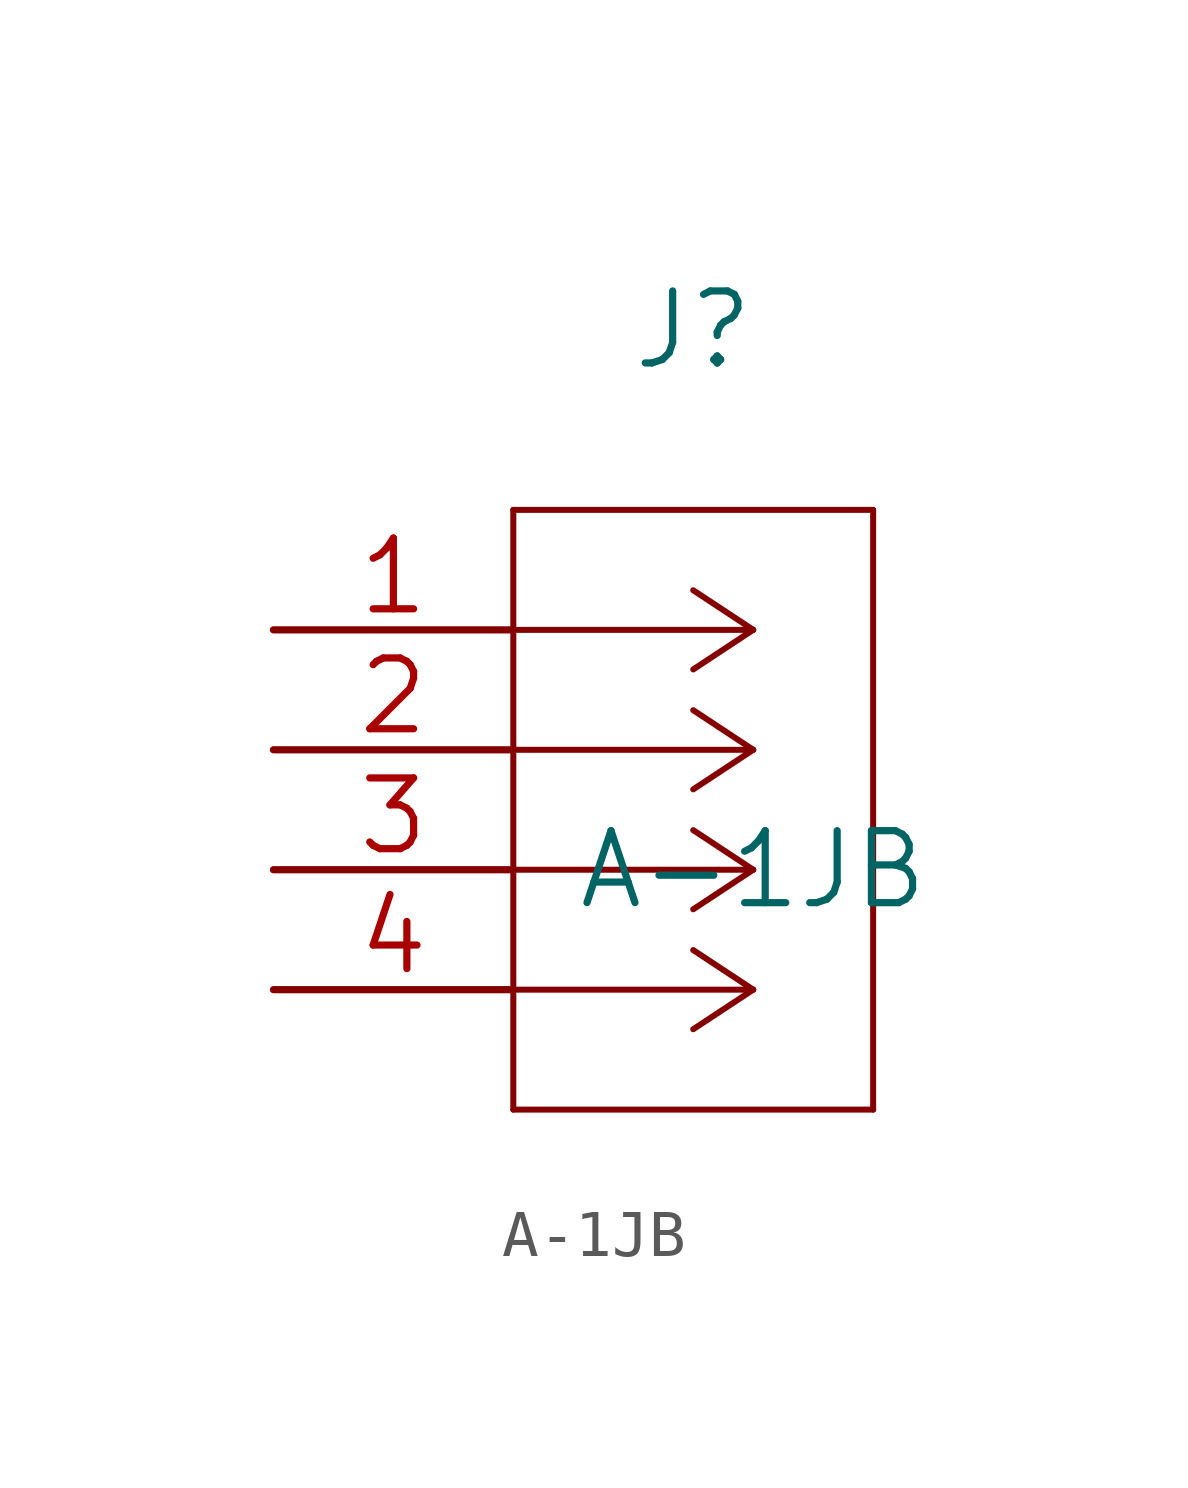
<source format=kicad_sym>
(kicad_symbol_lib
  (version 20211014)
  (generator kicad_symbol_editor)
  (symbol "A-1JB"
    (pin_names
      (offset 0.254) hide)
    (property "Reference" "J"
      (at 8.89 6.35 0)
      (effects (font (size 1.524 1.524))))
    (property "Value" "A-1JB"
      (at 10.16 -5.08 0)
      (effects (font (size 1.524 1.524))))
    (property "Datasheet" ""
      (at 0 0 0)
      (effects (font (size 1.524 1.524))))
    (property "ki_locked" ""
      (at 0 0 0)
      (effects (font (size 1.27 1.27))))
    (symbol "A-1JB_1_1"
      (polyline (pts (xy 5.08 -10.16) (xy 12.7 -10.16)) (stroke (width 0.127) (type default) (color 0 0 0 0)) (fill (type none)))
      (polyline (pts (xy 5.08 2.54) (xy 5.08 -10.16)) (stroke (width 0.127) (type default) (color 0 0 0 0)) (fill (type none)))
      (polyline (pts (xy 10.16 -7.62) (xy 5.08 -7.62)) (stroke (width 0.127) (type default) (color 0 0 0 0)) (fill (type none)))
      (polyline (pts (xy 10.16 -7.62) (xy 8.89 -8.458)) (stroke (width 0.127) (type default) (color 0 0 0 0)) (fill (type none)))
      (polyline (pts (xy 10.16 -7.62) (xy 8.89 -6.782)) (stroke (width 0.127) (type default) (color 0 0 0 0)) (fill (type none)))
      (polyline (pts (xy 10.16 -5.08) (xy 5.08 -5.08)) (stroke (width 0.127) (type default) (color 0 0 0 0)) (fill (type none)))
      (polyline (pts (xy 10.16 -5.08) (xy 8.89 -5.918)) (stroke (width 0.127) (type default) (color 0 0 0 0)) (fill (type none)))
      (polyline (pts (xy 10.16 -5.08) (xy 8.89 -4.242)) (stroke (width 0.127) (type default) (color 0 0 0 0)) (fill (type none)))
      (polyline (pts (xy 10.16 -2.54) (xy 5.08 -2.54)) (stroke (width 0.127) (type default) (color 0 0 0 0)) (fill (type none)))
      (polyline (pts (xy 10.16 -2.54) (xy 8.89 -3.378)) (stroke (width 0.127) (type default) (color 0 0 0 0)) (fill (type none)))
      (polyline (pts (xy 10.16 -2.54) (xy 8.89 -1.702)) (stroke (width 0.127) (type default) (color 0 0 0 0)) (fill (type none)))
      (polyline (pts (xy 10.16 0) (xy 5.08 0)) (stroke (width 0.127) (type default) (color 0 0 0 0)) (fill (type none)))
      (polyline (pts (xy 10.16 0) (xy 8.89 -0.838)) (stroke (width 0.127) (type default) (color 0 0 0 0)) (fill (type none)))
      (polyline (pts (xy 10.16 0) (xy 8.89 0.838)) (stroke (width 0.127) (type default) (color 0 0 0 0)) (fill (type none)))
      (polyline (pts (xy 12.7 -10.16) (xy 12.7 2.54)) (stroke (width 0.127) (type default) (color 0 0 0 0)) (fill (type none)))
      (polyline (pts (xy 12.7 2.54) (xy 5.08 2.54)) (stroke (width 0.127) (type default) (color 0 0 0 0)) (fill (type none)))
      (pin unspecified line (at 0 0 0) (length 5.08) (name "1" (effects (font (size 1.499 1.499)))) (number "1" (effects (font (size 1.499 1.499)))))
      (pin unspecified line (at 0 -2.54 0) (length 5.08) (name "2" (effects (font (size 1.499 1.499)))) (number "2" (effects (font (size 1.499 1.499)))))
      (pin unspecified line (at 0 -5.08 0) (length 5.08) (name "3" (effects (font (size 1.499 1.499)))) (number "3" (effects (font (size 1.499 1.499)))))
      (pin unspecified line (at 0 -7.62 0) (length 5.08) (name "4" (effects (font (size 1.499 1.499)))) (number "4" (effects (font (size 1.499 1.499))))))))
</source>
